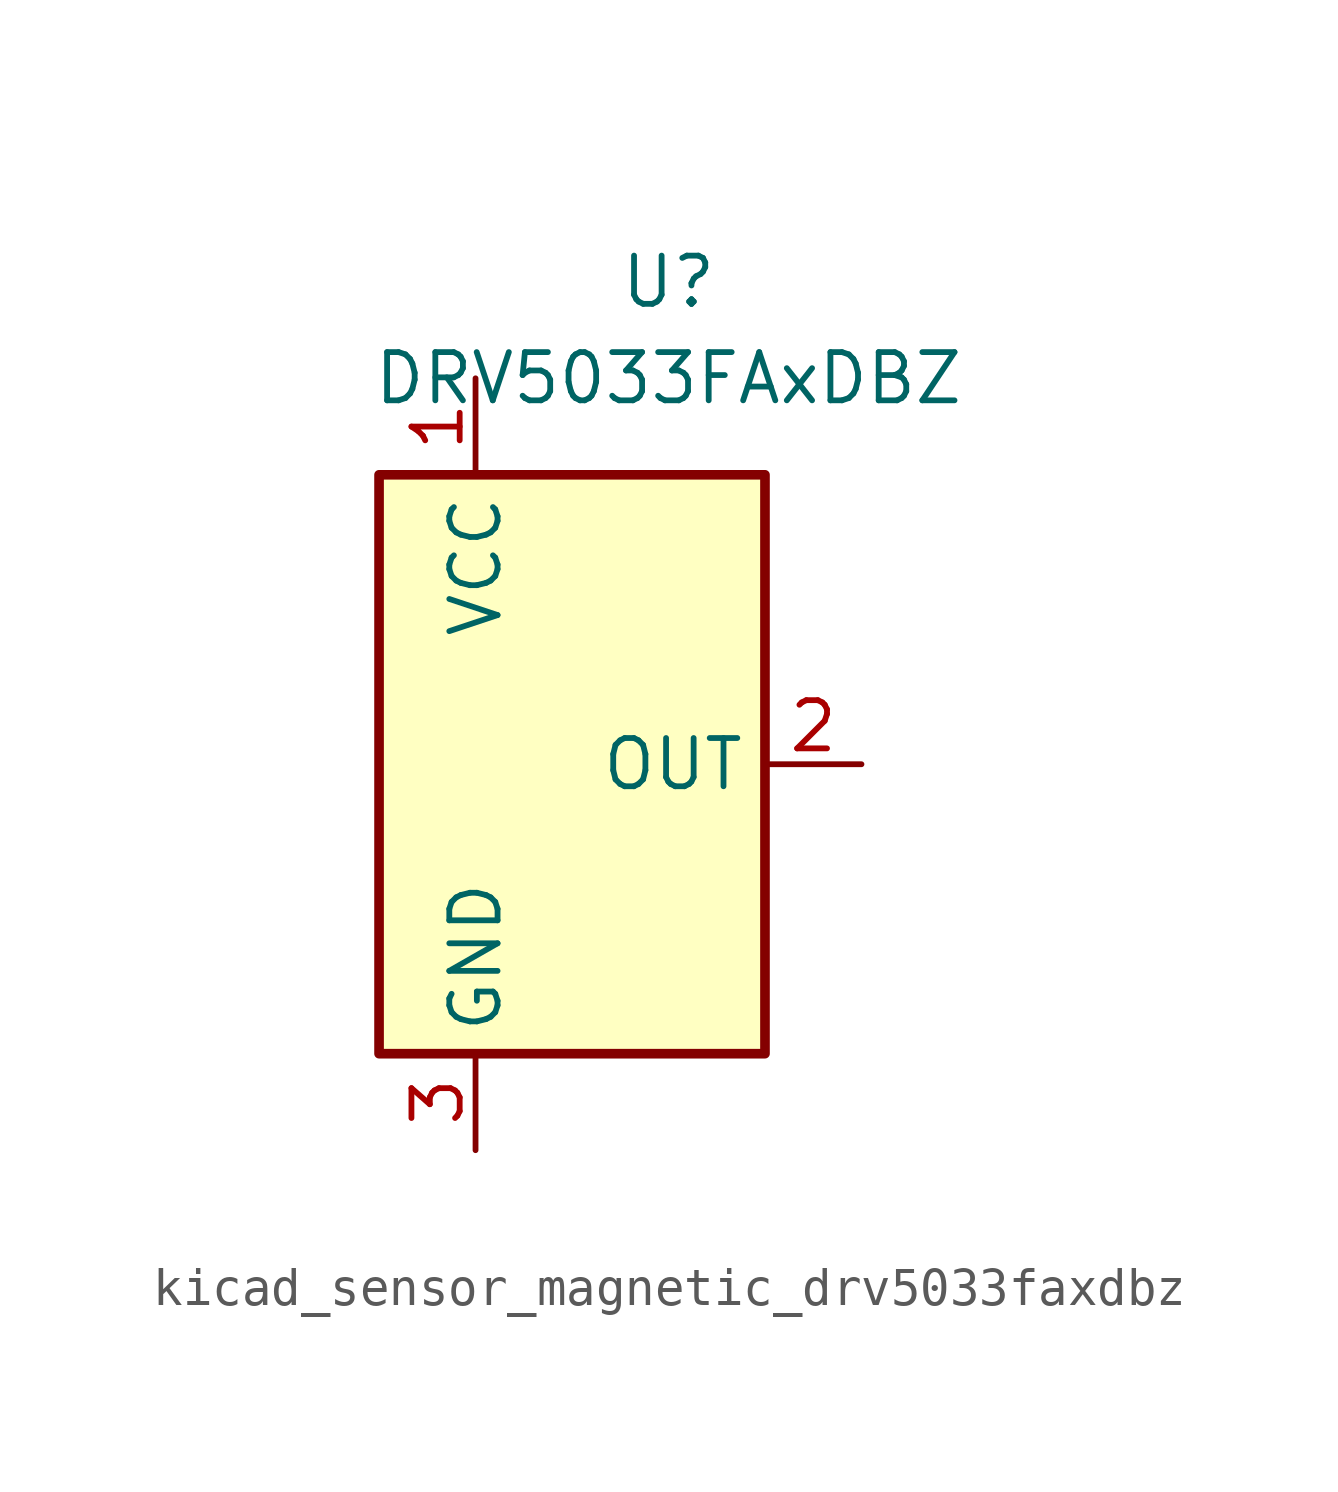
<source format=kicad_sym>
(kicad_symbol_lib
  (version 20220914)
  (generator kicad_symbol_editor)
  (symbol "kicad_sensor_magnetic_drv5033faxdbz"
    (property "Reference" "U"
      (at 2.54 12.7 0)
      (effects (font (size 1.27 1.27))))
    (property "Value" "DRV5033FAxDBZ"
      (at 2.54 10.16 0)
      (effects (font (size 1.27 1.27))))
    (symbol "kicad_sensor_magnetic_drv5033faxdbz_1_1"
      (rectangle (start -5.08 7.62) (end 5.08 -7.62) (stroke (width 0.254) (type default)) (fill (type background)))
      (pin power_in line (at -2.54 10.16 270) (length 2.54) (name "VCC" (effects (font (size 1.27 1.27)))) (number "1" (effects (font (size 1.27 1.27)))))
      (pin output line (at 7.62 0 180) (length 2.54) (name "OUT" (effects (font (size 1.27 1.27)))) (number "2" (effects (font (size 1.27 1.27)))))
      (pin power_in line (at -2.54 -10.16 90) (length 2.54) (name "GND" (effects (font (size 1.27 1.27)))) (number "3" (effects (font (size 1.27 1.27))))))))
</source>
